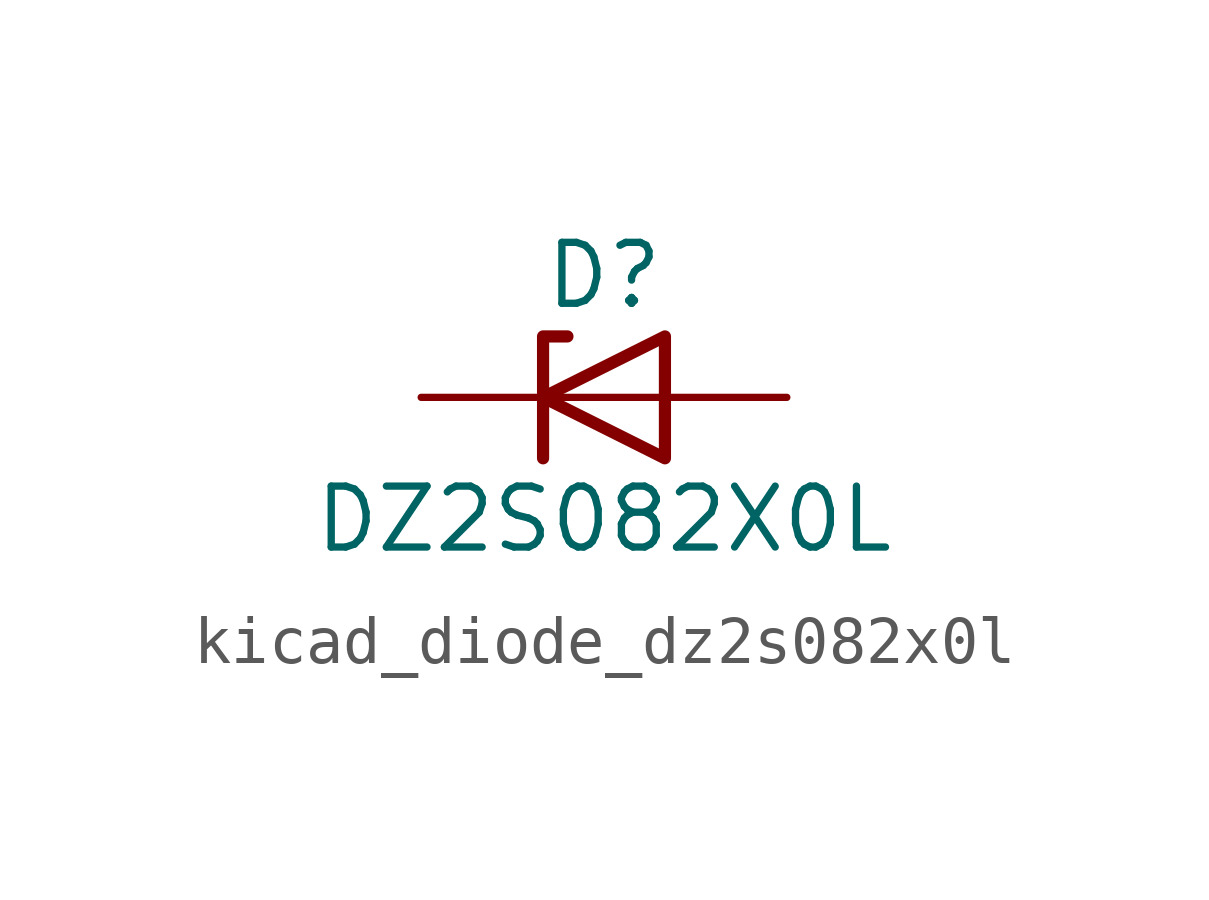
<source format=kicad_sym>
(kicad_symbol_lib
  (version 20220914)
  (generator kicad_symbol_editor)
  (symbol "kicad_diode_dz2s082x0l"
    (pin_numbers hide)
    (pin_names hide)
    (property "Reference" "D"
      (at 0 2.54 0)
      (effects (font (size 1.27 1.27))))
    (property "Value" "DZ2S082X0L"
      (at 0 -2.54 0)
      (effects (font (size 1.27 1.27))))
    (symbol "kicad_diode_dz2s082x0l_0_1"
      (polyline (pts (xy 1.27 0) (xy -1.27 0)) (stroke (width 0) (type default)) (fill (type none)))
      (polyline (pts (xy -1.27 -1.27) (xy -1.27 1.27) (xy -0.762 1.27)) (stroke (width 0.254) (type default)) (fill (type none)))
      (polyline (pts (xy 1.27 -1.27) (xy 1.27 1.27) (xy -1.27 0) (xy 1.27 -1.27)) (stroke (width 0.254) (type default)) (fill (type none))))
    (symbol "kicad_diode_dz2s082x0l_1_1"
      (pin passive line (at -3.81 0 0) (length 2.54) (name "K" (effects (font (size 1.27 1.27)))) (number "1" (effects (font (size 1.27 1.27)))))
      (pin passive line (at 3.81 0 180) (length 2.54) (name "A" (effects (font (size 1.27 1.27)))) (number "2" (effects (font (size 1.27 1.27))))))))
</source>
